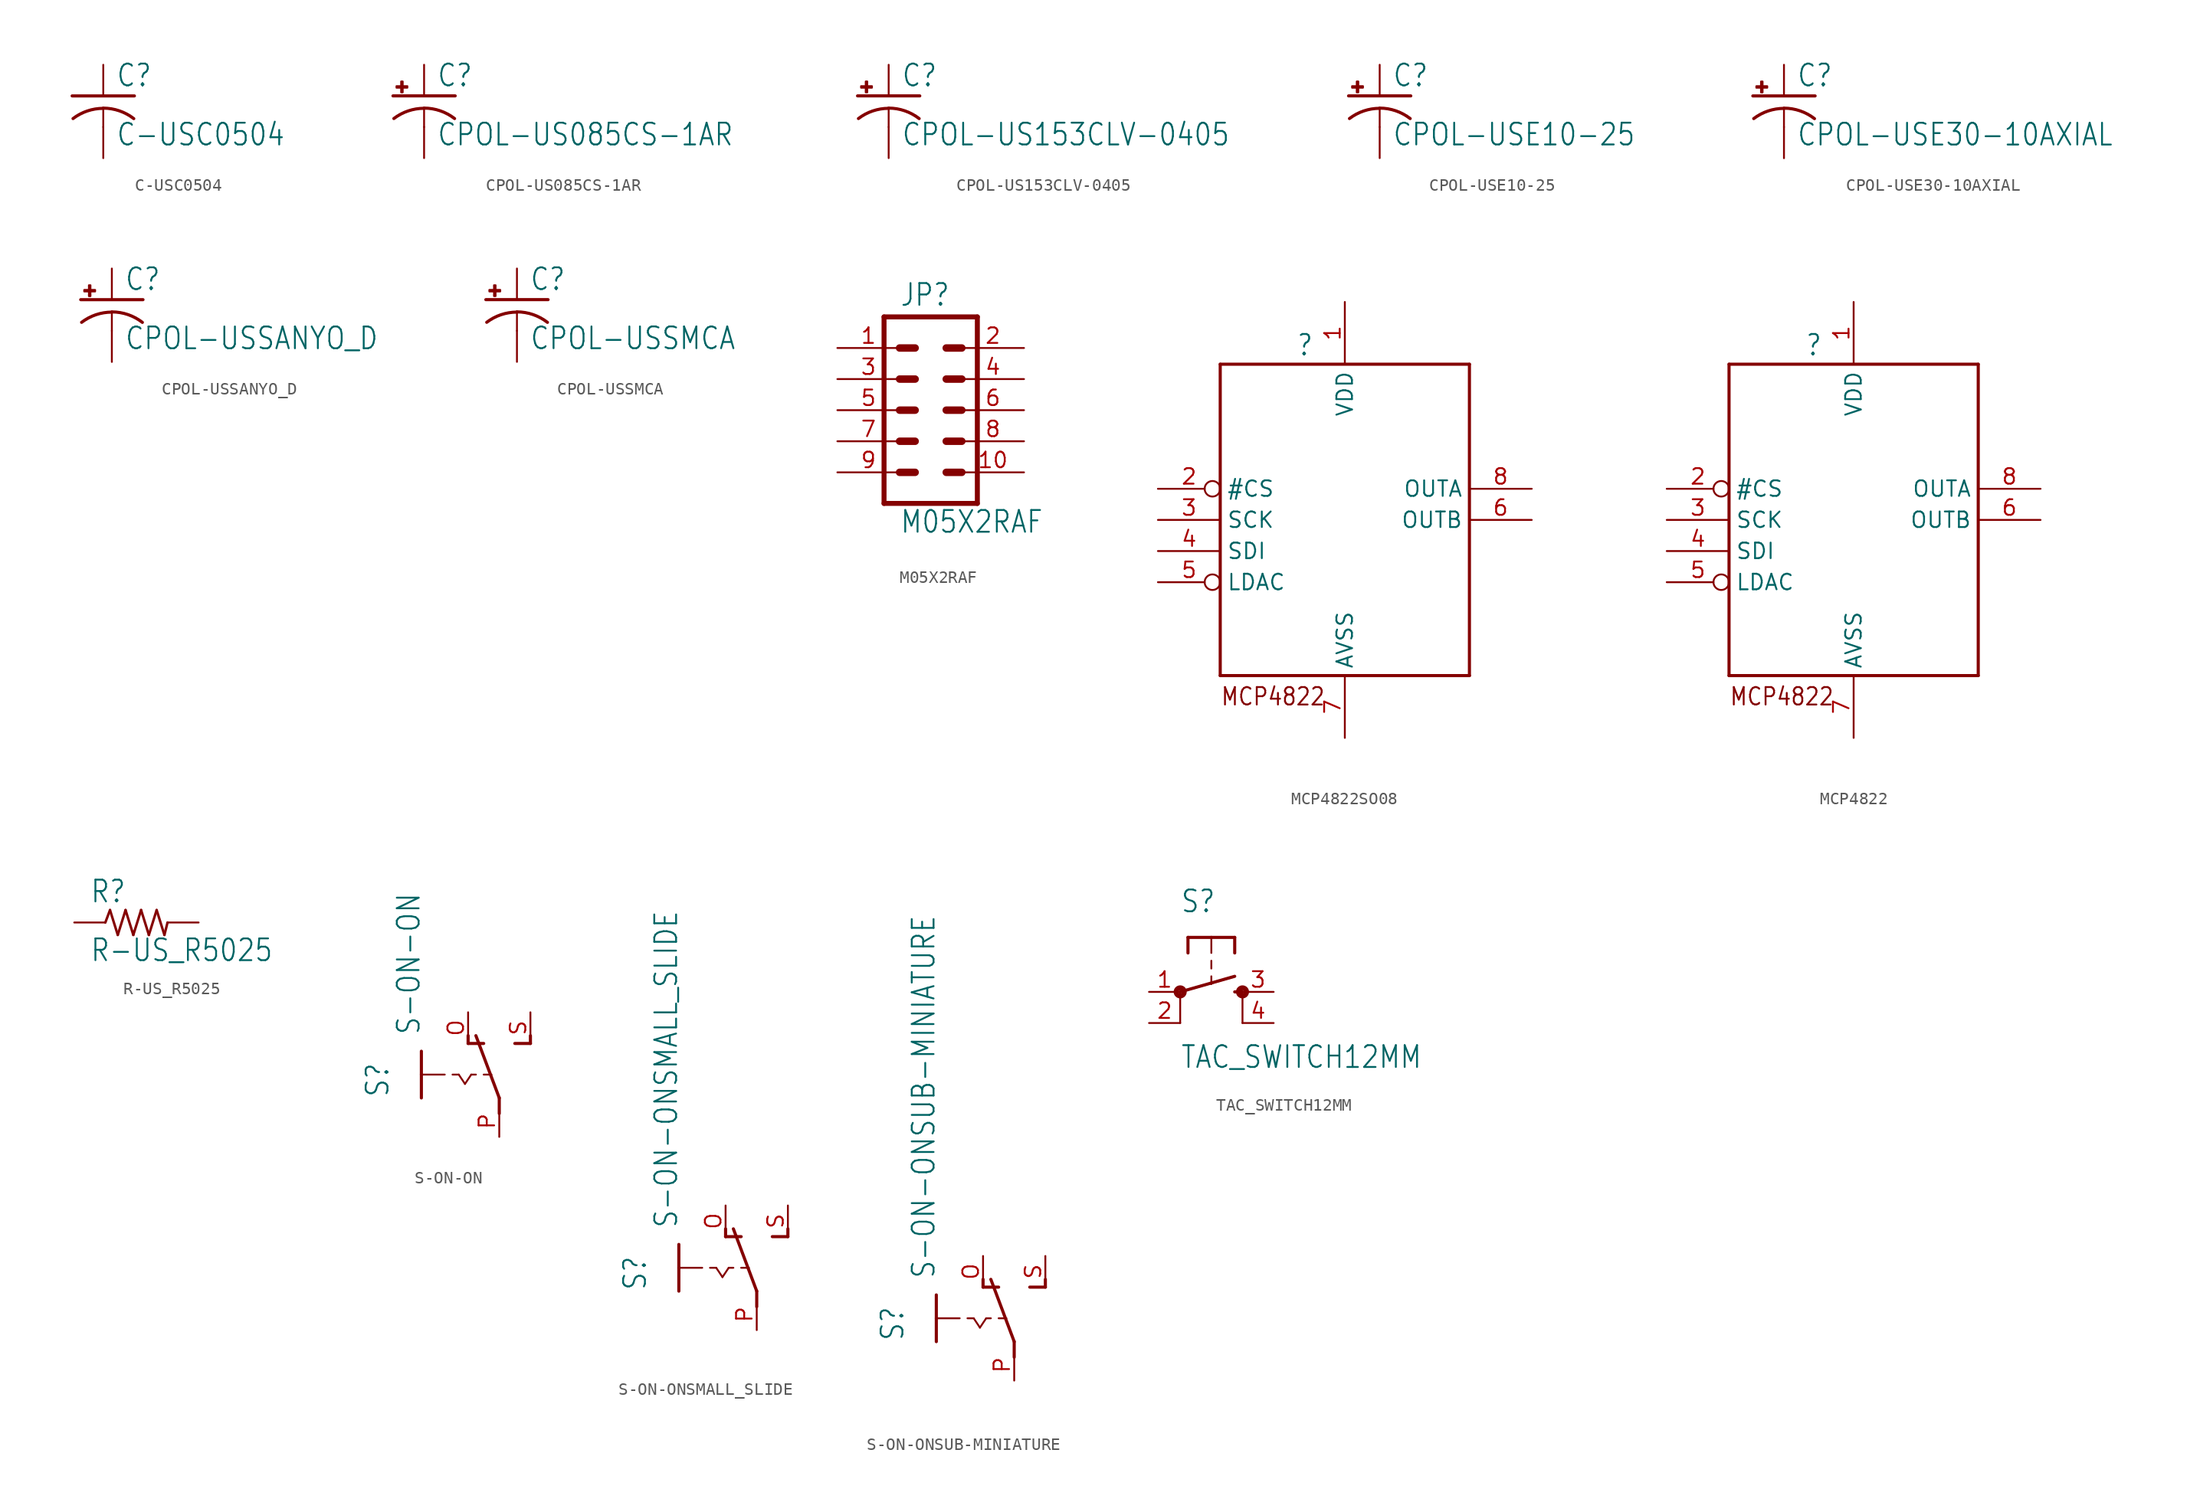
<source format=kicad_sym>
(kicad_symbol_lib
  (version 20211014)
  (generator kicad_symbol_editor)
  (symbol "C-USC0504"
    (property "Reference" "C"
      (at 1.016 0.635 0)
      (effects (font (size 1.778 1.511)) (justify left bottom)))
    (property "Value" "C-USC0504"
      (at 1.016 -4.191 0)
      (effects (font (size 1.778 1.511)) (justify left bottom)))
    (property "ki_locked" ""
      (at 0 0 0)
      (effects (font (size 1.27 1.27))))
    (symbol "C-USC0504_1_0"
      (arc (start 0 -1.0161) (mid -1.302 -1.2303) (end -2.4668 -1.8504) (stroke (width 0.254) (type default) (color 0 0 0 0)) (fill (type none)))
      (polyline (pts (xy -2.54 0) (xy 2.54 0)) (stroke (width 0.254) (type default) (color 0 0 0 0)) (fill (type none)))
      (polyline (pts (xy 0 -1.016) (xy 0 -2.54)) (stroke (width 0.152) (type default) (color 0 0 0 0)) (fill (type none)))
      (arc (start 2.4892 -1.8542) (mid 1.3158 -1.2195) (end 0 -1) (stroke (width 0.254) (type default) (color 0 0 0 0)) (fill (type none)))
      (pin passive line (at 0 2.54 270) (length 2.54) (name "1" (effects (font (size 0 0)))) (number "1" (effects (font (size 0 0)))))
      (pin passive line (at 0 -5.08 90) (length 2.54) (name "2" (effects (font (size 0 0)))) (number "2" (effects (font (size 0 0)))))))
  (symbol "CPOL-US085CS-1AR"
    (property "Reference" "C"
      (at 1.016 0.635 0)
      (effects (font (size 1.778 1.511)) (justify left bottom)))
    (property "Value" "CPOL-US085CS-1AR"
      (at 1.016 -4.191 0)
      (effects (font (size 1.778 1.511)) (justify left bottom)))
    (property "ki_locked" ""
      (at 0 0 0)
      (effects (font (size 1.27 1.27))))
    (symbol "CPOL-US085CS-1AR_1_0"
      (rectangle (start -2.253 0.668) (end -1.364 0.795) (stroke (width 0) (type default) (color 0 0 0 0)) (fill (type outline)))
      (rectangle (start -1.872 0.287) (end -1.745 1.176) (stroke (width 0) (type default) (color 0 0 0 0)) (fill (type outline)))
      (arc (start 0 -1.0161) (mid -1.3021 -1.2302) (end -2.4669 -1.8504) (stroke (width 0.254) (type default) (color 0 0 0 0)) (fill (type none)))
      (polyline (pts (xy -2.54 0) (xy 2.54 0)) (stroke (width 0.254) (type default) (color 0 0 0 0)) (fill (type none)))
      (polyline (pts (xy 0 -1.016) (xy 0 -2.54)) (stroke (width 0.152) (type default) (color 0 0 0 0)) (fill (type none)))
      (arc (start 2.4892 -1.8542) (mid 1.3158 -1.2195) (end 0 -1) (stroke (width 0.254) (type default) (color 0 0 0 0)) (fill (type none)))
      (pin passive line (at 0 2.54 270) (length 2.54) (name "+" (effects (font (size 0 0)))) (number "+" (effects (font (size 0 0)))))
      (pin passive line (at 0 -5.08 90) (length 2.54) (name "-" (effects (font (size 0 0)))) (number "-" (effects (font (size 0 0)))))))
  (symbol "CPOL-US153CLV-0405"
    (property "Reference" "C"
      (at 1.016 0.635 0)
      (effects (font (size 1.778 1.511)) (justify left bottom)))
    (property "Value" "CPOL-US153CLV-0405"
      (at 1.016 -4.191 0)
      (effects (font (size 1.778 1.511)) (justify left bottom)))
    (property "ki_locked" ""
      (at 0 0 0)
      (effects (font (size 1.27 1.27))))
    (symbol "CPOL-US153CLV-0405_1_0"
      (rectangle (start -2.253 0.668) (end -1.364 0.795) (stroke (width 0) (type default) (color 0 0 0 0)) (fill (type outline)))
      (rectangle (start -1.872 0.287) (end -1.745 1.176) (stroke (width 0) (type default) (color 0 0 0 0)) (fill (type outline)))
      (arc (start 0 -1.0161) (mid -1.3021 -1.2302) (end -2.4669 -1.8504) (stroke (width 0.254) (type default) (color 0 0 0 0)) (fill (type none)))
      (polyline (pts (xy -2.54 0) (xy 2.54 0)) (stroke (width 0.254) (type default) (color 0 0 0 0)) (fill (type none)))
      (polyline (pts (xy 0 -1.016) (xy 0 -2.54)) (stroke (width 0.152) (type default) (color 0 0 0 0)) (fill (type none)))
      (arc (start 2.4892 -1.8542) (mid 1.3158 -1.2195) (end 0 -1) (stroke (width 0.254) (type default) (color 0 0 0 0)) (fill (type none)))
      (pin passive line (at 0 2.54 270) (length 2.54) (name "+" (effects (font (size 0 0)))) (number "+" (effects (font (size 0 0)))))
      (pin passive line (at 0 -5.08 90) (length 2.54) (name "-" (effects (font (size 0 0)))) (number "-" (effects (font (size 0 0)))))))
  (symbol "CPOL-USE10-25"
    (property "Reference" "C"
      (at 1.016 0.635 0)
      (effects (font (size 1.778 1.511)) (justify left bottom)))
    (property "Value" "CPOL-USE10-25"
      (at 1.016 -4.191 0)
      (effects (font (size 1.778 1.511)) (justify left bottom)))
    (property "ki_locked" ""
      (at 0 0 0)
      (effects (font (size 1.27 1.27))))
    (symbol "CPOL-USE10-25_1_0"
      (rectangle (start -2.253 0.668) (end -1.364 0.795) (stroke (width 0) (type default) (color 0 0 0 0)) (fill (type outline)))
      (rectangle (start -1.872 0.287) (end -1.745 1.176) (stroke (width 0) (type default) (color 0 0 0 0)) (fill (type outline)))
      (arc (start 0 -1.0161) (mid -1.3021 -1.2302) (end -2.4669 -1.8504) (stroke (width 0.254) (type default) (color 0 0 0 0)) (fill (type none)))
      (polyline (pts (xy -2.54 0) (xy 2.54 0)) (stroke (width 0.254) (type default) (color 0 0 0 0)) (fill (type none)))
      (polyline (pts (xy 0 -1.016) (xy 0 -2.54)) (stroke (width 0.152) (type default) (color 0 0 0 0)) (fill (type none)))
      (arc (start 2.4892 -1.8542) (mid 1.3158 -1.2195) (end 0 -1) (stroke (width 0.254) (type default) (color 0 0 0 0)) (fill (type none)))
      (pin passive line (at 0 2.54 270) (length 2.54) (name "+" (effects (font (size 0 0)))) (number "+" (effects (font (size 0 0)))))
      (pin passive line (at 0 -5.08 90) (length 2.54) (name "-" (effects (font (size 0 0)))) (number "-" (effects (font (size 0 0)))))))
  (symbol "CPOL-USE30-10AXIAL"
    (property "Reference" "C"
      (at 1.016 0.635 0)
      (effects (font (size 1.778 1.511)) (justify left bottom)))
    (property "Value" "CPOL-USE30-10AXIAL"
      (at 1.016 -4.191 0)
      (effects (font (size 1.778 1.511)) (justify left bottom)))
    (property "ki_locked" ""
      (at 0 0 0)
      (effects (font (size 1.27 1.27))))
    (symbol "CPOL-USE30-10AXIAL_1_0"
      (rectangle (start -2.253 0.668) (end -1.364 0.795) (stroke (width 0) (type default) (color 0 0 0 0)) (fill (type outline)))
      (rectangle (start -1.872 0.287) (end -1.745 1.176) (stroke (width 0) (type default) (color 0 0 0 0)) (fill (type outline)))
      (arc (start 0 -1.0161) (mid -1.3021 -1.2302) (end -2.4669 -1.8504) (stroke (width 0.254) (type default) (color 0 0 0 0)) (fill (type none)))
      (polyline (pts (xy -2.54 0) (xy 2.54 0)) (stroke (width 0.254) (type default) (color 0 0 0 0)) (fill (type none)))
      (polyline (pts (xy 0 -1.016) (xy 0 -2.54)) (stroke (width 0.152) (type default) (color 0 0 0 0)) (fill (type none)))
      (arc (start 2.4892 -1.8542) (mid 1.3158 -1.2195) (end 0 -1) (stroke (width 0.254) (type default) (color 0 0 0 0)) (fill (type none)))
      (pin passive line (at 0 2.54 270) (length 2.54) (name "+" (effects (font (size 0 0)))) (number "+" (effects (font (size 0 0)))))
      (pin passive line (at 0 -5.08 90) (length 2.54) (name "-" (effects (font (size 0 0)))) (number "-" (effects (font (size 0 0)))))))
  (symbol "CPOL-USSANYO_D"
    (property "Reference" "C"
      (at 1.016 0.635 0)
      (effects (font (size 1.778 1.511)) (justify left bottom)))
    (property "Value" "CPOL-USSANYO_D"
      (at 1.016 -4.191 0)
      (effects (font (size 1.778 1.511)) (justify left bottom)))
    (property "ki_locked" ""
      (at 0 0 0)
      (effects (font (size 1.27 1.27))))
    (symbol "CPOL-USSANYO_D_1_0"
      (rectangle (start -2.253 0.668) (end -1.364 0.795) (stroke (width 0) (type default) (color 0 0 0 0)) (fill (type outline)))
      (rectangle (start -1.872 0.287) (end -1.745 1.176) (stroke (width 0) (type default) (color 0 0 0 0)) (fill (type outline)))
      (arc (start 0 -1.0161) (mid -1.3021 -1.2302) (end -2.4669 -1.8504) (stroke (width 0.254) (type default) (color 0 0 0 0)) (fill (type none)))
      (polyline (pts (xy -2.54 0) (xy 2.54 0)) (stroke (width 0.254) (type default) (color 0 0 0 0)) (fill (type none)))
      (polyline (pts (xy 0 -1.016) (xy 0 -2.54)) (stroke (width 0.152) (type default) (color 0 0 0 0)) (fill (type none)))
      (arc (start 2.4892 -1.8542) (mid 1.3158 -1.2195) (end 0 -1) (stroke (width 0.254) (type default) (color 0 0 0 0)) (fill (type none)))
      (pin passive line (at 0 2.54 270) (length 2.54) (name "+" (effects (font (size 0 0)))) (number "+" (effects (font (size 0 0)))))
      (pin passive line (at 0 -5.08 90) (length 2.54) (name "-" (effects (font (size 0 0)))) (number "-" (effects (font (size 0 0)))))))
  (symbol "CPOL-USSMCA"
    (property "Reference" "C"
      (at 1.016 0.635 0)
      (effects (font (size 1.778 1.511)) (justify left bottom)))
    (property "Value" "CPOL-USSMCA"
      (at 1.016 -4.191 0)
      (effects (font (size 1.778 1.511)) (justify left bottom)))
    (property "ki_locked" ""
      (at 0 0 0)
      (effects (font (size 1.27 1.27))))
    (symbol "CPOL-USSMCA_1_0"
      (rectangle (start -2.253 0.668) (end -1.364 0.795) (stroke (width 0) (type default) (color 0 0 0 0)) (fill (type outline)))
      (rectangle (start -1.872 0.287) (end -1.745 1.176) (stroke (width 0) (type default) (color 0 0 0 0)) (fill (type outline)))
      (arc (start 0 -1.0161) (mid -1.3021 -1.2302) (end -2.4669 -1.8504) (stroke (width 0.254) (type default) (color 0 0 0 0)) (fill (type none)))
      (polyline (pts (xy -2.54 0) (xy 2.54 0)) (stroke (width 0.254) (type default) (color 0 0 0 0)) (fill (type none)))
      (polyline (pts (xy 0 -1.016) (xy 0 -2.54)) (stroke (width 0.152) (type default) (color 0 0 0 0)) (fill (type none)))
      (arc (start 2.4892 -1.8542) (mid 1.3158 -1.2195) (end 0 -1) (stroke (width 0.254) (type default) (color 0 0 0 0)) (fill (type none)))
      (pin passive line (at 0 2.54 270) (length 2.54) (name "+" (effects (font (size 0 0)))) (number "+" (effects (font (size 0 0)))))
      (pin passive line (at 0 -5.08 90) (length 2.54) (name "-" (effects (font (size 0 0)))) (number "-" (effects (font (size 0 0)))))))
  (symbol "M05X2RAF"
    (property "Reference" "JP"
      (at -2.54 8.382 0)
      (effects (font (size 1.778 1.511)) (justify left bottom)))
    (property "Value" "M05X2RAF"
      (at -2.54 -10.16 0)
      (effects (font (size 1.778 1.511)) (justify left bottom)))
    (property "ki_locked" ""
      (at 0 0 0)
      (effects (font (size 1.27 1.27))))
    (symbol "M05X2RAF_1_0"
      (polyline (pts (xy -3.81 7.62) (xy -3.81 -7.62)) (stroke (width 0.406) (type default) (color 0 0 0 0)) (fill (type none)))
      (polyline (pts (xy -3.81 7.62) (xy 3.81 7.62)) (stroke (width 0.406) (type default) (color 0 0 0 0)) (fill (type none)))
      (polyline (pts (xy -1.27 -5.08) (xy -2.54 -5.08)) (stroke (width 0.61) (type default) (color 0 0 0 0)) (fill (type none)))
      (polyline (pts (xy -1.27 -2.54) (xy -2.54 -2.54)) (stroke (width 0.61) (type default) (color 0 0 0 0)) (fill (type none)))
      (polyline (pts (xy -1.27 0) (xy -2.54 0)) (stroke (width 0.61) (type default) (color 0 0 0 0)) (fill (type none)))
      (polyline (pts (xy -1.27 2.54) (xy -2.54 2.54)) (stroke (width 0.61) (type default) (color 0 0 0 0)) (fill (type none)))
      (polyline (pts (xy -1.27 5.08) (xy -2.54 5.08)) (stroke (width 0.61) (type default) (color 0 0 0 0)) (fill (type none)))
      (polyline (pts (xy 1.27 -5.08) (xy 2.54 -5.08)) (stroke (width 0.61) (type default) (color 0 0 0 0)) (fill (type none)))
      (polyline (pts (xy 1.27 -2.54) (xy 2.54 -2.54)) (stroke (width 0.61) (type default) (color 0 0 0 0)) (fill (type none)))
      (polyline (pts (xy 1.27 0) (xy 2.54 0)) (stroke (width 0.61) (type default) (color 0 0 0 0)) (fill (type none)))
      (polyline (pts (xy 1.27 2.54) (xy 2.54 2.54)) (stroke (width 0.61) (type default) (color 0 0 0 0)) (fill (type none)))
      (polyline (pts (xy 1.27 5.08) (xy 2.54 5.08)) (stroke (width 0.61) (type default) (color 0 0 0 0)) (fill (type none)))
      (polyline (pts (xy 3.81 -7.62) (xy -3.81 -7.62)) (stroke (width 0.406) (type default) (color 0 0 0 0)) (fill (type none)))
      (polyline (pts (xy 3.81 -7.62) (xy 3.81 7.62)) (stroke (width 0.406) (type default) (color 0 0 0 0)) (fill (type none)))
      (pin passive line (at -7.62 5.08 0) (length 5.08) (name "1" (effects (font (size 0 0)))) (number "1" (effects (font (size 1.27 1.27)))))
      (pin passive line (at 7.62 -5.08 180) (length 5.08) (name "10" (effects (font (size 0 0)))) (number "10" (effects (font (size 1.27 1.27)))))
      (pin passive line (at 7.62 5.08 180) (length 5.08) (name "2" (effects (font (size 0 0)))) (number "2" (effects (font (size 1.27 1.27)))))
      (pin passive line (at -7.62 2.54 0) (length 5.08) (name "3" (effects (font (size 0 0)))) (number "3" (effects (font (size 1.27 1.27)))))
      (pin passive line (at 7.62 2.54 180) (length 5.08) (name "4" (effects (font (size 0 0)))) (number "4" (effects (font (size 1.27 1.27)))))
      (pin passive line (at -7.62 0 0) (length 5.08) (name "5" (effects (font (size 0 0)))) (number "5" (effects (font (size 1.27 1.27)))))
      (pin passive line (at 7.62 0 180) (length 5.08) (name "6" (effects (font (size 0 0)))) (number "6" (effects (font (size 1.27 1.27)))))
      (pin passive line (at -7.62 -2.54 0) (length 5.08) (name "7" (effects (font (size 0 0)))) (number "7" (effects (font (size 1.27 1.27)))))
      (pin passive line (at 7.62 -2.54 180) (length 5.08) (name "8" (effects (font (size 0 0)))) (number "8" (effects (font (size 1.27 1.27)))))
      (pin passive line (at -7.62 -5.08 0) (length 5.08) (name "9" (effects (font (size 0 0)))) (number "9" (effects (font (size 1.27 1.27)))))))
  (symbol "MCP4822SO08"
    (property "Reference" ""
      (at -2.54 15.24 0)
      (effects (font (size 1.676 1.425)) (justify right top)))
    (property "ki_locked" ""
      (at 0 0 0)
      (effects (font (size 1.27 1.27))))
    (symbol "MCP4822SO08_1_0"
      (polyline (pts (xy -10.16 -12.7) (xy -10.16 12.7)) (stroke (width 0.254) (type default) (color 0 0 0 0)) (fill (type none)))
      (polyline (pts (xy -10.16 12.7) (xy 10.16 12.7)) (stroke (width 0.254) (type default) (color 0 0 0 0)) (fill (type none)))
      (polyline (pts (xy 10.16 -12.7) (xy -10.16 -12.7)) (stroke (width 0.254) (type default) (color 0 0 0 0)) (fill (type none)))
      (polyline (pts (xy 10.16 12.7) (xy 10.16 -12.7)) (stroke (width 0.254) (type default) (color 0 0 0 0)) (fill (type none)))
      (text "MCP4822" (at -10.16 -15.24 0) (effects (font (size 1.422 1.209)) (justify left bottom)))
      (pin power_in line (at 0 17.78 270) (length 5.08) (name "VDD" (effects (font (size 1.27 1.27)))) (number "1" (effects (font (size 1.27 1.27)))))
      (pin input inverted (at -15.24 2.54 0) (length 5.08) (name "#CS" (effects (font (size 1.27 1.27)))) (number "2" (effects (font (size 1.27 1.27)))))
      (pin input line (at -15.24 0 0) (length 5.08) (name "SCK" (effects (font (size 1.27 1.27)))) (number "3" (effects (font (size 1.27 1.27)))))
      (pin input line (at -15.24 -2.54 0) (length 5.08) (name "SDI" (effects (font (size 1.27 1.27)))) (number "4" (effects (font (size 1.27 1.27)))))
      (pin input inverted (at -15.24 -5.08 0) (length 5.08) (name "LDAC" (effects (font (size 1.27 1.27)))) (number "5" (effects (font (size 1.27 1.27)))))
      (pin output line (at 15.24 0 180) (length 5.08) (name "OUTB" (effects (font (size 1.27 1.27)))) (number "6" (effects (font (size 1.27 1.27)))))
      (pin power_in line (at 0 -17.78 90) (length 5.08) (name "AVSS" (effects (font (size 1.27 1.27)))) (number "7" (effects (font (size 1.27 1.27)))))
      (pin output line (at 15.24 2.54 180) (length 5.08) (name "OUTA" (effects (font (size 1.27 1.27)))) (number "8" (effects (font (size 1.27 1.27)))))))
  (symbol "MCP4822"
    (property "Reference" ""
      (at -2.54 15.24 0)
      (effects (font (size 1.676 1.425)) (justify right top)))
    (property "ki_locked" ""
      (at 0 0 0)
      (effects (font (size 1.27 1.27))))
    (symbol "MCP4822_1_0"
      (polyline (pts (xy -10.16 -12.7) (xy -10.16 12.7)) (stroke (width 0.254) (type default) (color 0 0 0 0)) (fill (type none)))
      (polyline (pts (xy -10.16 12.7) (xy 10.16 12.7)) (stroke (width 0.254) (type default) (color 0 0 0 0)) (fill (type none)))
      (polyline (pts (xy 10.16 -12.7) (xy -10.16 -12.7)) (stroke (width 0.254) (type default) (color 0 0 0 0)) (fill (type none)))
      (polyline (pts (xy 10.16 12.7) (xy 10.16 -12.7)) (stroke (width 0.254) (type default) (color 0 0 0 0)) (fill (type none)))
      (text "MCP4822" (at -10.16 -15.24 0) (effects (font (size 1.422 1.209)) (justify left bottom)))
      (pin power_in line (at 0 17.78 270) (length 5.08) (name "VDD" (effects (font (size 1.27 1.27)))) (number "1" (effects (font (size 1.27 1.27)))))
      (pin input inverted (at -15.24 2.54 0) (length 5.08) (name "#CS" (effects (font (size 1.27 1.27)))) (number "2" (effects (font (size 1.27 1.27)))))
      (pin input line (at -15.24 0 0) (length 5.08) (name "SCK" (effects (font (size 1.27 1.27)))) (number "3" (effects (font (size 1.27 1.27)))))
      (pin input line (at -15.24 -2.54 0) (length 5.08) (name "SDI" (effects (font (size 1.27 1.27)))) (number "4" (effects (font (size 1.27 1.27)))))
      (pin input inverted (at -15.24 -5.08 0) (length 5.08) (name "LDAC" (effects (font (size 1.27 1.27)))) (number "5" (effects (font (size 1.27 1.27)))))
      (pin output line (at 15.24 0 180) (length 5.08) (name "OUTB" (effects (font (size 1.27 1.27)))) (number "6" (effects (font (size 1.27 1.27)))))
      (pin power_in line (at 0 -17.78 90) (length 5.08) (name "AVSS" (effects (font (size 1.27 1.27)))) (number "7" (effects (font (size 1.27 1.27)))))
      (pin output line (at 15.24 2.54 180) (length 5.08) (name "OUTA" (effects (font (size 1.27 1.27)))) (number "8" (effects (font (size 1.27 1.27)))))))
  (symbol "R-US_R5025"
    (property "Reference" "R"
      (at -3.81 1.499 0)
      (effects (font (size 1.778 1.511)) (justify left bottom)))
    (property "Value" "R-US_R5025"
      (at -3.81 -3.302 0)
      (effects (font (size 1.778 1.511)) (justify left bottom)))
    (property "ki_locked" ""
      (at 0 0 0)
      (effects (font (size 1.27 1.27))))
    (symbol "R-US_R5025_1_0"
      (polyline (pts (xy -2.54 0) (xy -2.159 1.016)) (stroke (width 0.203) (type default) (color 0 0 0 0)) (fill (type none)))
      (polyline (pts (xy -2.159 1.016) (xy -1.524 -1.016)) (stroke (width 0.203) (type default) (color 0 0 0 0)) (fill (type none)))
      (polyline (pts (xy -1.524 -1.016) (xy -0.889 1.016)) (stroke (width 0.203) (type default) (color 0 0 0 0)) (fill (type none)))
      (polyline (pts (xy -0.889 1.016) (xy -0.254 -1.016)) (stroke (width 0.203) (type default) (color 0 0 0 0)) (fill (type none)))
      (polyline (pts (xy -0.254 -1.016) (xy 0.381 1.016)) (stroke (width 0.203) (type default) (color 0 0 0 0)) (fill (type none)))
      (polyline (pts (xy 0.381 1.016) (xy 1.016 -1.016)) (stroke (width 0.203) (type default) (color 0 0 0 0)) (fill (type none)))
      (polyline (pts (xy 1.016 -1.016) (xy 1.651 1.016)) (stroke (width 0.203) (type default) (color 0 0 0 0)) (fill (type none)))
      (polyline (pts (xy 1.651 1.016) (xy 2.286 -1.016)) (stroke (width 0.203) (type default) (color 0 0 0 0)) (fill (type none)))
      (polyline (pts (xy 2.286 -1.016) (xy 2.54 0)) (stroke (width 0.203) (type default) (color 0 0 0 0)) (fill (type none)))
      (pin passive line (at -5.08 0 0) (length 2.54) (name "1" (effects (font (size 0 0)))) (number "1" (effects (font (size 0 0)))))
      (pin passive line (at 5.08 0 180) (length 2.54) (name "2" (effects (font (size 0 0)))) (number "2" (effects (font (size 0 0)))))))
  (symbol "S-ON-ON"
    (property "Reference" "S"
      (at -6.35 -1.905 90)
      (effects (font (size 1.778 1.511)) (justify left bottom)))
    (property "Value" "S-ON-ON"
      (at -3.81 3.175 90)
      (effects (font (size 1.778 1.511)) (justify left bottom)))
    (property "ki_locked" ""
      (at 0 0 0)
      (effects (font (size 1.27 1.27))))
    (symbol "S-ON-ON_1_0"
      (polyline (pts (xy -3.81 0) (xy -3.81 -1.905)) (stroke (width 0.254) (type default) (color 0 0 0 0)) (fill (type none)))
      (polyline (pts (xy -3.81 0) (xy -1.905 0)) (stroke (width 0.152) (type default) (color 0 0 0 0)) (fill (type none)))
      (polyline (pts (xy -3.81 1.905) (xy -3.81 0)) (stroke (width 0.254) (type default) (color 0 0 0 0)) (fill (type none)))
      (polyline (pts (xy -1.27 0) (xy -0.762 0)) (stroke (width 0.152) (type default) (color 0 0 0 0)) (fill (type none)))
      (polyline (pts (xy -0.762 0) (xy -0.254 -0.762)) (stroke (width 0.152) (type default) (color 0 0 0 0)) (fill (type none)))
      (polyline (pts (xy -0.254 -0.762) (xy 0.254 0)) (stroke (width 0.152) (type default) (color 0 0 0 0)) (fill (type none)))
      (polyline (pts (xy 0 2.54) (xy 0 3.175)) (stroke (width 0.254) (type default) (color 0 0 0 0)) (fill (type none)))
      (polyline (pts (xy 0 2.54) (xy 1.27 2.54)) (stroke (width 0.254) (type default) (color 0 0 0 0)) (fill (type none)))
      (polyline (pts (xy 0.254 0) (xy 0.635 0)) (stroke (width 0.152) (type default) (color 0 0 0 0)) (fill (type none)))
      (polyline (pts (xy 1.27 0) (xy 1.905 0)) (stroke (width 0.152) (type default) (color 0 0 0 0)) (fill (type none)))
      (polyline (pts (xy 2.54 -3.175) (xy 2.54 -1.905)) (stroke (width 0.254) (type default) (color 0 0 0 0)) (fill (type none)))
      (polyline (pts (xy 2.54 -1.905) (xy 0.635 3.175)) (stroke (width 0.254) (type default) (color 0 0 0 0)) (fill (type none)))
      (polyline (pts (xy 3.81 2.54) (xy 5.08 2.54)) (stroke (width 0.254) (type default) (color 0 0 0 0)) (fill (type none)))
      (polyline (pts (xy 5.08 2.54) (xy 5.08 3.175)) (stroke (width 0.254) (type default) (color 0 0 0 0)) (fill (type none)))
      (pin passive line (at 0 5.08 270) (length 2.54) (name "O" (effects (font (size 0 0)))) (number "O" (effects (font (size 1.27 1.27)))))
      (pin passive line (at 2.54 -5.08 90) (length 2.54) (name "P" (effects (font (size 0 0)))) (number "P" (effects (font (size 1.27 1.27)))))
      (pin passive line (at 5.08 5.08 270) (length 2.54) (name "S" (effects (font (size 0 0)))) (number "S" (effects (font (size 1.27 1.27)))))))
  (symbol "S-ON-ONSMALL_SLIDE"
    (property "Reference" "S"
      (at -6.35 -1.905 90)
      (effects (font (size 1.778 1.511)) (justify left bottom)))
    (property "Value" "S-ON-ONSMALL_SLIDE"
      (at -3.81 3.175 90)
      (effects (font (size 1.778 1.511)) (justify left bottom)))
    (property "ki_locked" ""
      (at 0 0 0)
      (effects (font (size 1.27 1.27))))
    (symbol "S-ON-ONSMALL_SLIDE_1_0"
      (polyline (pts (xy -3.81 0) (xy -3.81 -1.905)) (stroke (width 0.254) (type default) (color 0 0 0 0)) (fill (type none)))
      (polyline (pts (xy -3.81 0) (xy -1.905 0)) (stroke (width 0.152) (type default) (color 0 0 0 0)) (fill (type none)))
      (polyline (pts (xy -3.81 1.905) (xy -3.81 0)) (stroke (width 0.254) (type default) (color 0 0 0 0)) (fill (type none)))
      (polyline (pts (xy -1.27 0) (xy -0.762 0)) (stroke (width 0.152) (type default) (color 0 0 0 0)) (fill (type none)))
      (polyline (pts (xy -0.762 0) (xy -0.254 -0.762)) (stroke (width 0.152) (type default) (color 0 0 0 0)) (fill (type none)))
      (polyline (pts (xy -0.254 -0.762) (xy 0.254 0)) (stroke (width 0.152) (type default) (color 0 0 0 0)) (fill (type none)))
      (polyline (pts (xy 0 2.54) (xy 0 3.175)) (stroke (width 0.254) (type default) (color 0 0 0 0)) (fill (type none)))
      (polyline (pts (xy 0 2.54) (xy 1.27 2.54)) (stroke (width 0.254) (type default) (color 0 0 0 0)) (fill (type none)))
      (polyline (pts (xy 0.254 0) (xy 0.635 0)) (stroke (width 0.152) (type default) (color 0 0 0 0)) (fill (type none)))
      (polyline (pts (xy 1.27 0) (xy 1.905 0)) (stroke (width 0.152) (type default) (color 0 0 0 0)) (fill (type none)))
      (polyline (pts (xy 2.54 -3.175) (xy 2.54 -1.905)) (stroke (width 0.254) (type default) (color 0 0 0 0)) (fill (type none)))
      (polyline (pts (xy 2.54 -1.905) (xy 0.635 3.175)) (stroke (width 0.254) (type default) (color 0 0 0 0)) (fill (type none)))
      (polyline (pts (xy 3.81 2.54) (xy 5.08 2.54)) (stroke (width 0.254) (type default) (color 0 0 0 0)) (fill (type none)))
      (polyline (pts (xy 5.08 2.54) (xy 5.08 3.175)) (stroke (width 0.254) (type default) (color 0 0 0 0)) (fill (type none)))
      (pin passive line (at 0 5.08 270) (length 2.54) (name "O" (effects (font (size 0 0)))) (number "O" (effects (font (size 1.27 1.27)))))
      (pin passive line (at 2.54 -5.08 90) (length 2.54) (name "P" (effects (font (size 0 0)))) (number "P" (effects (font (size 1.27 1.27)))))
      (pin passive line (at 5.08 5.08 270) (length 2.54) (name "S" (effects (font (size 0 0)))) (number "S" (effects (font (size 1.27 1.27)))))))
  (symbol "S-ON-ONSUB-MINIATURE"
    (property "Reference" "S"
      (at -6.35 -1.905 90)
      (effects (font (size 1.778 1.511)) (justify left bottom)))
    (property "Value" "S-ON-ONSUB-MINIATURE"
      (at -3.81 3.175 90)
      (effects (font (size 1.778 1.511)) (justify left bottom)))
    (property "ki_locked" ""
      (at 0 0 0)
      (effects (font (size 1.27 1.27))))
    (symbol "S-ON-ONSUB-MINIATURE_1_0"
      (polyline (pts (xy -3.81 0) (xy -3.81 -1.905)) (stroke (width 0.254) (type default) (color 0 0 0 0)) (fill (type none)))
      (polyline (pts (xy -3.81 0) (xy -1.905 0)) (stroke (width 0.152) (type default) (color 0 0 0 0)) (fill (type none)))
      (polyline (pts (xy -3.81 1.905) (xy -3.81 0)) (stroke (width 0.254) (type default) (color 0 0 0 0)) (fill (type none)))
      (polyline (pts (xy -1.27 0) (xy -0.762 0)) (stroke (width 0.152) (type default) (color 0 0 0 0)) (fill (type none)))
      (polyline (pts (xy -0.762 0) (xy -0.254 -0.762)) (stroke (width 0.152) (type default) (color 0 0 0 0)) (fill (type none)))
      (polyline (pts (xy -0.254 -0.762) (xy 0.254 0)) (stroke (width 0.152) (type default) (color 0 0 0 0)) (fill (type none)))
      (polyline (pts (xy 0 2.54) (xy 0 3.175)) (stroke (width 0.254) (type default) (color 0 0 0 0)) (fill (type none)))
      (polyline (pts (xy 0 2.54) (xy 1.27 2.54)) (stroke (width 0.254) (type default) (color 0 0 0 0)) (fill (type none)))
      (polyline (pts (xy 0.254 0) (xy 0.635 0)) (stroke (width 0.152) (type default) (color 0 0 0 0)) (fill (type none)))
      (polyline (pts (xy 1.27 0) (xy 1.905 0)) (stroke (width 0.152) (type default) (color 0 0 0 0)) (fill (type none)))
      (polyline (pts (xy 2.54 -3.175) (xy 2.54 -1.905)) (stroke (width 0.254) (type default) (color 0 0 0 0)) (fill (type none)))
      (polyline (pts (xy 2.54 -1.905) (xy 0.635 3.175)) (stroke (width 0.254) (type default) (color 0 0 0 0)) (fill (type none)))
      (polyline (pts (xy 3.81 2.54) (xy 5.08 2.54)) (stroke (width 0.254) (type default) (color 0 0 0 0)) (fill (type none)))
      (polyline (pts (xy 5.08 2.54) (xy 5.08 3.175)) (stroke (width 0.254) (type default) (color 0 0 0 0)) (fill (type none)))
      (pin passive line (at 0 5.08 270) (length 2.54) (name "O" (effects (font (size 0 0)))) (number "O" (effects (font (size 1.27 1.27)))))
      (pin passive line (at 2.54 -5.08 90) (length 2.54) (name "P" (effects (font (size 0 0)))) (number "P" (effects (font (size 1.27 1.27)))))
      (pin passive line (at 5.08 5.08 270) (length 2.54) (name "S" (effects (font (size 0 0)))) (number "S" (effects (font (size 1.27 1.27)))))))
  (symbol "TAC_SWITCH12MM"
    (property "Reference" "S"
      (at -2.54 6.35 0)
      (effects (font (size 1.778 1.511)) (justify left bottom)))
    (property "Value" "TAC_SWITCH12MM"
      (at -2.54 -6.35 0)
      (effects (font (size 1.778 1.511)) (justify left bottom)))
    (property "ki_locked" ""
      (at 0 0 0)
      (effects (font (size 1.27 1.27))))
    (symbol "TAC_SWITCH12MM_1_0"
      (circle (center -2.54 0) (radius 0.127) (stroke (width 0.406) (type default) (color 0 0 0 0)) (fill (type none)))
      (polyline (pts (xy -2.54 -2.54) (xy -2.54 0)) (stroke (width 0.152) (type default) (color 0 0 0 0)) (fill (type none)))
      (polyline (pts (xy -2.54 0) (xy 1.905 1.27)) (stroke (width 0.254) (type default) (color 0 0 0 0)) (fill (type none)))
      (polyline (pts (xy -1.905 4.445) (xy -1.905 3.175)) (stroke (width 0.254) (type default) (color 0 0 0 0)) (fill (type none)))
      (polyline (pts (xy 0 1.27) (xy 0 0.635)) (stroke (width 0.152) (type default) (color 0 0 0 0)) (fill (type none)))
      (polyline (pts (xy 0 2.54) (xy 0 1.905)) (stroke (width 0.152) (type default) (color 0 0 0 0)) (fill (type none)))
      (polyline (pts (xy 0 4.445) (xy -1.905 4.445)) (stroke (width 0.254) (type default) (color 0 0 0 0)) (fill (type none)))
      (polyline (pts (xy 0 4.445) (xy 0 3.175)) (stroke (width 0.152) (type default) (color 0 0 0 0)) (fill (type none)))
      (polyline (pts (xy 1.905 0) (xy 2.54 0)) (stroke (width 0.254) (type default) (color 0 0 0 0)) (fill (type none)))
      (polyline (pts (xy 1.905 4.445) (xy 0 4.445)) (stroke (width 0.254) (type default) (color 0 0 0 0)) (fill (type none)))
      (polyline (pts (xy 1.905 4.445) (xy 1.905 3.175)) (stroke (width 0.254) (type default) (color 0 0 0 0)) (fill (type none)))
      (polyline (pts (xy 2.54 -2.54) (xy 2.54 0)) (stroke (width 0.152) (type default) (color 0 0 0 0)) (fill (type none)))
      (circle (center 2.54 0) (radius 0.127) (stroke (width 0.406) (type default) (color 0 0 0 0)) (fill (type none)))
      (pin passive line (at -5.08 0 0) (length 2.54) (name "1" (effects (font (size 0 0)))) (number "1" (effects (font (size 1.27 1.27)))))
      (pin passive line (at -5.08 -2.54 0) (length 2.54) (name "2" (effects (font (size 0 0)))) (number "2" (effects (font (size 1.27 1.27)))))
      (pin passive line (at 5.08 0 180) (length 2.54) (name "3" (effects (font (size 0 0)))) (number "3" (effects (font (size 1.27 1.27)))))
      (pin passive line (at 5.08 -2.54 180) (length 2.54) (name "4" (effects (font (size 0 0)))) (number "4" (effects (font (size 1.27 1.27))))))))
</source>
